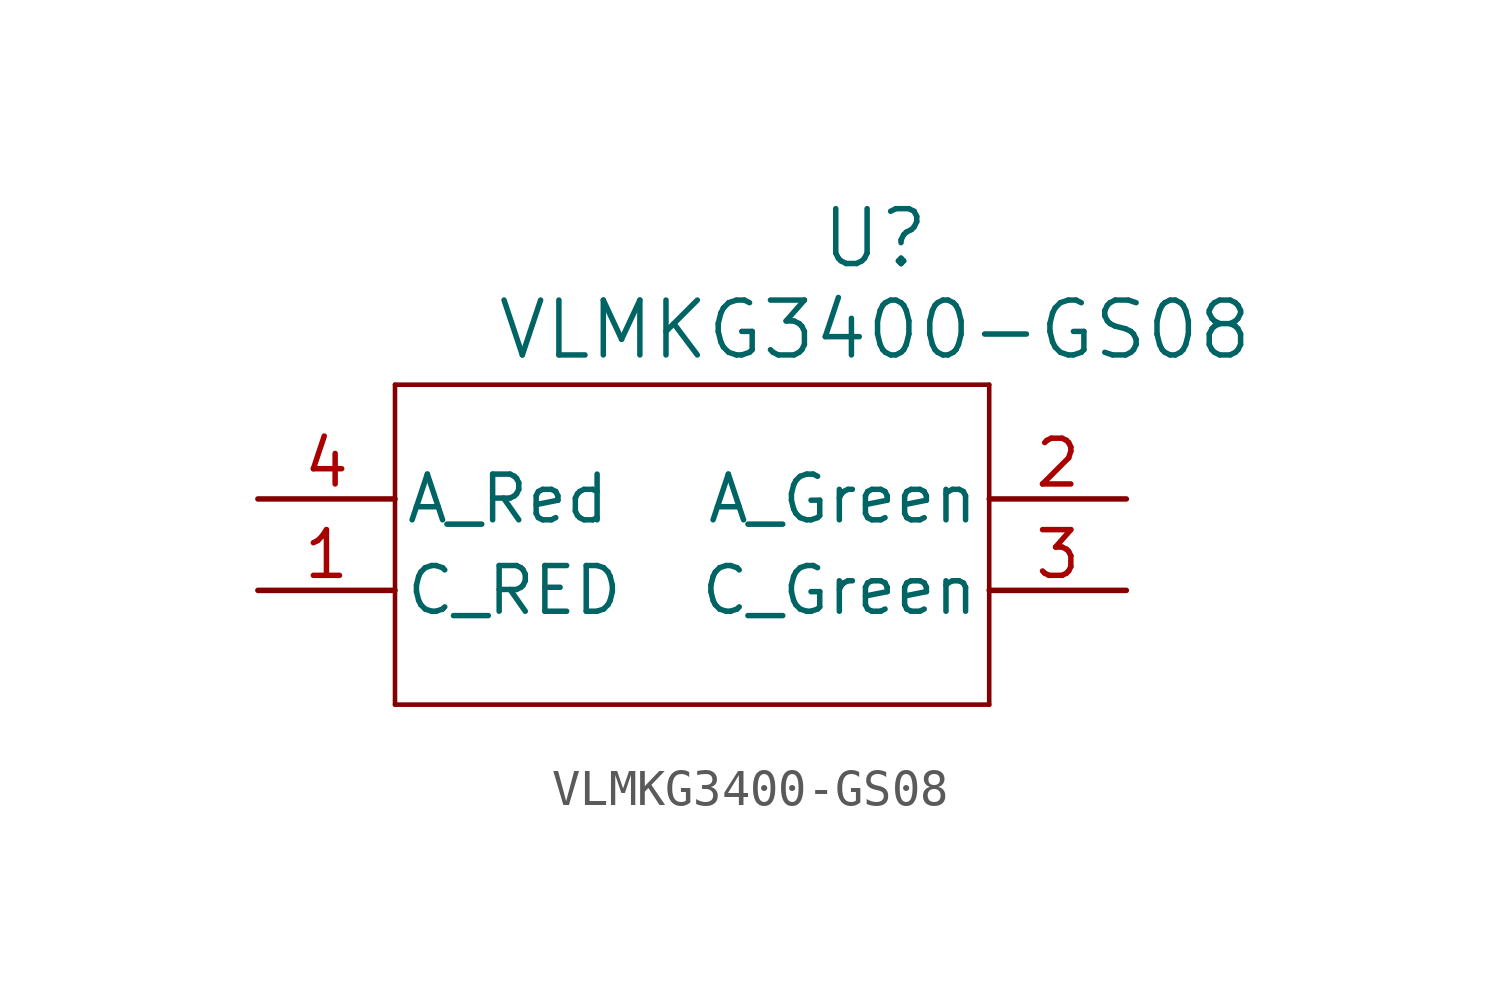
<source format=kicad_sym>
(kicad_symbol_lib
  (version 20231120)
  (generator "kicad_symbol_editor")
  (generator_version "8.0")
  (symbol "VLMKG3400-GS08"
    (pin_names
      (offset 0.254))
    (property "Reference" "U"
      (at 20.955 7.239 0)
      (effects (font (size 1.524 1.524))))
    (property "Value" "VLMKG3400-GS08"
      (at 20.955 4.699 0)
      (effects (font (size 1.524 1.524))))
    (property "ki_locked" ""
      (at 0 0 0)
      (effects (font (size 1.27 1.27))))
    (symbol "VLMKG3400-GS08_0_1"
      (polyline (pts (xy 7.62 -5.715) (xy 24.13 -5.715)) (stroke (width 0.127) (type default)) (fill (type none)))
      (polyline (pts (xy 7.62 3.175) (xy 7.62 -5.715)) (stroke (width 0.127) (type default)) (fill (type none)))
      (polyline (pts (xy 24.13 -5.715) (xy 24.13 3.175)) (stroke (width 0.127) (type default)) (fill (type none)))
      (polyline (pts (xy 24.13 3.175) (xy 7.62 3.175)) (stroke (width 0.127) (type default)) (fill (type none))))
    (symbol "VLMKG3400-GS08_1_1"
      (pin passive line (at 3.81 -2.54 0) (length 3.81) (name "C_RED" (effects (font (size 1.27 1.27)))) (number "1" (effects (font (size 1.27 1.27)))))
      (pin passive line (at 27.94 0 180) (length 3.81) (name "A_Green" (effects (font (size 1.27 1.27)))) (number "2" (effects (font (size 1.27 1.27)))))
      (pin passive line (at 27.94 -2.54 180) (length 3.81) (name "C_Green" (effects (font (size 1.27 1.27)))) (number "3" (effects (font (size 1.27 1.27)))))
      (pin passive line (at 3.81 0 0) (length 3.81) (name "A_Red" (effects (font (size 1.27 1.27)))) (number "4" (effects (font (size 1.27 1.27))))))))
</source>
